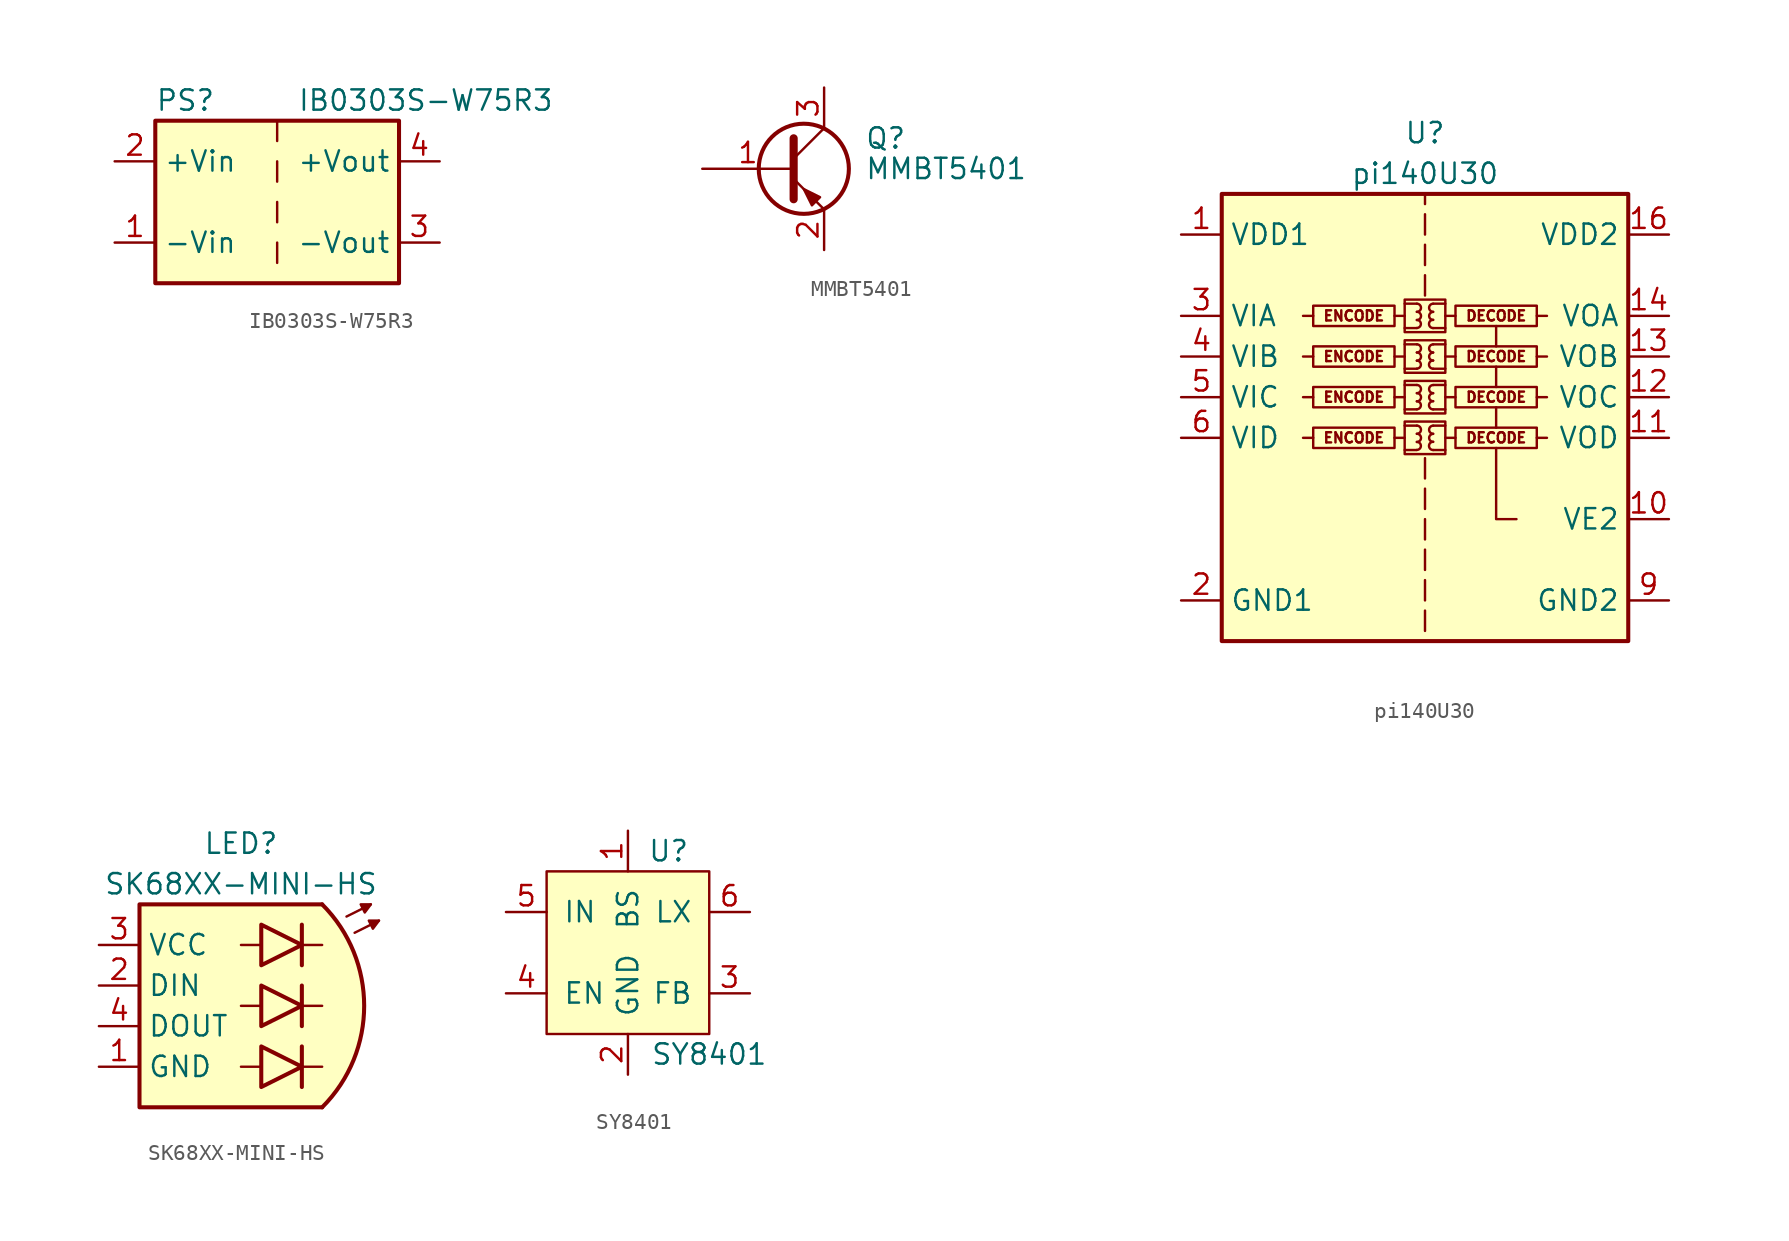
<source format=kicad_sym>
(kicad_symbol_lib
  (version 20241209)
  (generator "kicad_symbol_editor")
  (generator_version "9.0")
  (symbol "IB0303S-W75R3"
    (property "Reference" "PS"
      (at -7.62 6.35 0)
      (effects (font (size 1.27 1.27)) (justify left)))
    (property "Value" "IB0303S-W75R3"
      (at 1.27 6.35 0)
      (effects (font (size 1.27 1.27)) (justify left)))
    (symbol "IB0303S-W75R3_0_0"
      (pin power_in line (at -10.16 2.54 0) (length 2.54) (name "+Vin" (effects (font (size 1.27 1.27)))) (number "2" (effects (font (size 1.27 1.27)))))
      (pin power_in line (at -10.16 -2.54 0) (length 2.54) (name "-Vin" (effects (font (size 1.27 1.27)))) (number "1" (effects (font (size 1.27 1.27)))))
      (pin power_out line (at 10.16 2.54 180) (length 2.54) (name "+Vout" (effects (font (size 1.27 1.27)))) (number "4" (effects (font (size 1.27 1.27)))))
      (pin power_out line (at 10.16 -2.54 180) (length 2.54) (name "-Vout" (effects (font (size 1.27 1.27)))) (number "3" (effects (font (size 1.27 1.27))))))
    (symbol "IB0303S-W75R3_0_1"
      (rectangle (start -7.62 5.08) (end 7.62 -5.08) (stroke (width 0.254) (type default)) (fill (type background)))
      (polyline (pts (xy 0 5.08) (xy 0 3.81)) (stroke (width 0) (type default)) (fill (type none)))
      (polyline (pts (xy 0 2.54) (xy 0 1.27)) (stroke (width 0) (type default)) (fill (type none)))
      (polyline (pts (xy 0 0) (xy 0 -1.27)) (stroke (width 0) (type default)) (fill (type none)))
      (polyline (pts (xy 0 -2.54) (xy 0 -3.81)) (stroke (width 0) (type default)) (fill (type none)))))
  (symbol "MMBT5401"
    (pin_names
      (offset 0)
      (hide yes))
    (property "Reference" "Q"
      (at 5.08 1.905 0)
      (effects (font (size 1.27 1.27)) (justify left)))
    (property "Value" "MMBT5401"
      (at 5.08 0 0)
      (effects (font (size 1.27 1.27)) (justify left)))
    (symbol "MMBT5401_0_1"
      (polyline (pts (xy 0.635 1.905) (xy 0.635 -1.905) (xy 0.635 -1.905)) (stroke (width 0.508) (type solid)) (fill (type none)))
      (polyline (pts (xy 0.635 0.635) (xy 2.54 2.54)) (stroke (width 0) (type solid)) (fill (type none)))
      (polyline (pts (xy 0.635 -0.635) (xy 2.54 -2.54) (xy 2.54 -2.54)) (stroke (width 0) (type solid)) (fill (type none)))
      (circle (center 1.27 0) (radius 2.819) (stroke (width 0.254) (type solid)) (fill (type none)))
      (polyline (pts (xy 2.286 -1.778) (xy 1.778 -2.286) (xy 1.27 -1.27) (xy 2.286 -1.778) (xy 2.286 -1.778)) (stroke (width 0) (type solid)) (fill (type outline))))
    (symbol "MMBT5401_1_1"
      (pin input line (at -5.08 0 0) (length 5.715) (name "B" (effects (font (size 1.27 1.27)))) (number "1" (effects (font (size 1.27 1.27)))))
      (pin passive line (at 2.54 5.08 270) (length 2.54) (name "C" (effects (font (size 1.27 1.27)))) (number "3" (effects (font (size 1.27 1.27)))))
      (pin passive line (at 2.54 -5.08 90) (length 2.54) (name "E" (effects (font (size 1.27 1.27)))) (number "2" (effects (font (size 1.27 1.27)))))))
  (symbol "pi140U30"
    (property "Reference" "U"
      (at 0 19.05 0)
      (effects (font (size 1.27 1.27))))
    (property "Value" "pi140U30"
      (at 0 16.51 0)
      (effects (font (size 1.27 1.27))))
    (symbol "pi140U30_0_0"
      (polyline (pts (xy -6.985 7.62) (xy -7.62 7.62)) (stroke (width 0) (type default)) (fill (type none)))
      (polyline (pts (xy -6.985 5.08) (xy -7.62 5.08)) (stroke (width 0) (type default)) (fill (type none)))
      (polyline (pts (xy -6.985 2.54) (xy -7.62 2.54)) (stroke (width 0) (type default)) (fill (type none)))
      (polyline (pts (xy -6.985 0) (xy -7.62 0)) (stroke (width 0) (type default)) (fill (type none)))
      (polyline (pts (xy -1.905 7.62) (xy -1.27 7.62)) (stroke (width 0) (type default)) (fill (type none)))
      (polyline (pts (xy -1.905 5.08) (xy -1.27 5.08)) (stroke (width 0) (type default)) (fill (type none)))
      (polyline (pts (xy -1.905 2.54) (xy -1.27 2.54)) (stroke (width 0) (type default)) (fill (type none)))
      (rectangle (start -1.905 0.635) (end -6.985 -0.635) (stroke (width 0) (type default)) (fill (type none)))
      (polyline (pts (xy -1.905 0) (xy -1.27 0)) (stroke (width 0) (type default)) (fill (type none)))
      (rectangle (start -1.27 8.636) (end 1.27 6.604) (stroke (width 0) (type default)) (fill (type none)))
      (polyline (pts (xy -1.27 8.382) (xy -0.508 8.382)) (stroke (width 0) (type default)) (fill (type none)))
      (polyline (pts (xy -1.27 6.858) (xy -0.508 6.858)) (stroke (width 0) (type default)) (fill (type none)))
      (rectangle (start -1.27 6.096) (end 1.27 4.064) (stroke (width 0) (type default)) (fill (type none)))
      (polyline (pts (xy -1.27 5.842) (xy -0.508 5.842)) (stroke (width 0) (type default)) (fill (type none)))
      (polyline (pts (xy -1.27 4.318) (xy -0.508 4.318)) (stroke (width 0) (type default)) (fill (type none)))
      (rectangle (start -1.27 3.556) (end 1.27 1.524) (stroke (width 0) (type default)) (fill (type none)))
      (polyline (pts (xy -1.27 3.302) (xy -0.508 3.302)) (stroke (width 0) (type default)) (fill (type none)))
      (polyline (pts (xy -1.27 1.778) (xy -0.508 1.778)) (stroke (width 0) (type default)) (fill (type none)))
      (rectangle (start -1.27 1.016) (end 1.27 -1.016) (stroke (width 0) (type default)) (fill (type none)))
      (polyline (pts (xy -1.27 0.762) (xy -0.508 0.762)) (stroke (width 0) (type default)) (fill (type none)))
      (polyline (pts (xy -1.27 -0.762) (xy -0.508 -0.762)) (stroke (width 0) (type default)) (fill (type none)))
      (arc (start -0.508 8.382) (mid -0.2551 8.128) (end -0.508 7.874) (stroke (width 0) (type default)) (fill (type none)))
      (arc (start -0.508 7.874) (mid -0.2551 7.62) (end -0.508 7.366) (stroke (width 0) (type default)) (fill (type none)))
      (arc (start -0.508 7.366) (mid -0.2551 7.112) (end -0.508 6.858) (stroke (width 0) (type default)) (fill (type none)))
      (arc (start -0.508 5.842) (mid -0.2551 5.588) (end -0.508 5.334) (stroke (width 0) (type default)) (fill (type none)))
      (arc (start -0.508 5.334) (mid -0.2551 5.08) (end -0.508 4.826) (stroke (width 0) (type default)) (fill (type none)))
      (arc (start -0.508 4.826) (mid -0.2551 4.572) (end -0.508 4.318) (stroke (width 0) (type default)) (fill (type none)))
      (arc (start -0.508 3.302) (mid -0.2551 3.048) (end -0.508 2.794) (stroke (width 0) (type default)) (fill (type none)))
      (arc (start -0.508 2.794) (mid -0.2551 2.54) (end -0.508 2.286) (stroke (width 0) (type default)) (fill (type none)))
      (arc (start -0.508 2.286) (mid -0.2551 2.032) (end -0.508 1.778) (stroke (width 0) (type default)) (fill (type none)))
      (arc (start -0.508 0.762) (mid -0.2551 0.508) (end -0.508 0.254) (stroke (width 0) (type default)) (fill (type none)))
      (arc (start -0.508 0.254) (mid -0.2551 0) (end -0.508 -0.254) (stroke (width 0) (type default)) (fill (type none)))
      (arc (start -0.508 -0.254) (mid -0.2551 -0.508) (end -0.508 -0.762) (stroke (width 0) (type default)) (fill (type none)))
      (polyline (pts (xy 0 15.24) (xy 0 14.605)) (stroke (width 0) (type default)) (fill (type none)))
      (polyline (pts (xy 0 12.7) (xy 0 13.97)) (stroke (width 0) (type default)) (fill (type none)))
      (polyline (pts (xy 0 10.795) (xy 0 12.065)) (stroke (width 0) (type default)) (fill (type none)))
      (polyline (pts (xy 0 8.89) (xy 0 10.16)) (stroke (width 0) (type default)) (fill (type none)))
      (polyline (pts (xy 0 -1.27) (xy 0 -2.54)) (stroke (width 0) (type default)) (fill (type none)))
      (polyline (pts (xy 0 -3.175) (xy 0 -4.445)) (stroke (width 0) (type default)) (fill (type none)))
      (polyline (pts (xy 0 -5.08) (xy 0 -6.35)) (stroke (width 0) (type default)) (fill (type none)))
      (polyline (pts (xy 0 -6.985) (xy 0 -8.255)) (stroke (width 0) (type default)) (fill (type none)))
      (polyline (pts (xy 0 -8.89) (xy 0 -10.16)) (stroke (width 0) (type default)) (fill (type none)))
      (polyline (pts (xy 0 -10.795) (xy 0 -12.065)) (stroke (width 0) (type default)) (fill (type none)))
      (arc (start 0.508 7.874) (mid 0.255 8.128) (end 0.508 8.382) (stroke (width 0) (type default)) (fill (type none)))
      (arc (start 0.508 7.366) (mid 0.255 7.62) (end 0.508 7.874) (stroke (width 0) (type default)) (fill (type none)))
      (arc (start 0.508 6.858) (mid 0.255 7.112) (end 0.508 7.366) (stroke (width 0) (type default)) (fill (type none)))
      (arc (start 0.508 5.334) (mid 0.255 5.588) (end 0.508 5.842) (stroke (width 0) (type default)) (fill (type none)))
      (arc (start 0.508 4.826) (mid 0.255 5.08) (end 0.508 5.334) (stroke (width 0) (type default)) (fill (type none)))
      (arc (start 0.508 4.318) (mid 0.255 4.572) (end 0.508 4.826) (stroke (width 0) (type default)) (fill (type none)))
      (arc (start 0.508 2.794) (mid 0.255 3.048) (end 0.508 3.302) (stroke (width 0) (type default)) (fill (type none)))
      (arc (start 0.508 2.286) (mid 0.255 2.54) (end 0.508 2.794) (stroke (width 0) (type default)) (fill (type none)))
      (arc (start 0.508 1.778) (mid 0.255 2.032) (end 0.508 2.286) (stroke (width 0) (type default)) (fill (type none)))
      (arc (start 0.508 0.254) (mid 0.255 0.508) (end 0.508 0.762) (stroke (width 0) (type default)) (fill (type none)))
      (arc (start 0.508 -0.254) (mid 0.255 0) (end 0.508 0.254) (stroke (width 0) (type default)) (fill (type none)))
      (arc (start 0.508 -0.762) (mid 0.255 -0.508) (end 0.508 -0.254) (stroke (width 0) (type default)) (fill (type none)))
      (polyline (pts (xy 1.27 8.382) (xy 0.508 8.382)) (stroke (width 0) (type default)) (fill (type none)))
      (polyline (pts (xy 1.27 6.858) (xy 0.508 6.858)) (stroke (width 0) (type default)) (fill (type none)))
      (polyline (pts (xy 1.27 5.842) (xy 0.508 5.842)) (stroke (width 0) (type default)) (fill (type none)))
      (polyline (pts (xy 1.27 4.318) (xy 0.508 4.318)) (stroke (width 0) (type default)) (fill (type none)))
      (polyline (pts (xy 1.27 3.302) (xy 0.508 3.302)) (stroke (width 0) (type default)) (fill (type none)))
      (polyline (pts (xy 1.27 1.778) (xy 0.508 1.778)) (stroke (width 0) (type default)) (fill (type none)))
      (polyline (pts (xy 1.27 0.762) (xy 0.508 0.762)) (stroke (width 0) (type default)) (fill (type none)))
      (polyline (pts (xy 1.27 -0.762) (xy 0.508 -0.762)) (stroke (width 0) (type default)) (fill (type none)))
      (rectangle (start 1.905 8.255) (end 6.985 6.985) (stroke (width 0) (type default)) (fill (type none)))
      (polyline (pts (xy 1.905 7.62) (xy 1.27 7.62)) (stroke (width 0) (type default)) (fill (type none)))
      (rectangle (start 1.905 5.715) (end 6.985 4.445) (stroke (width 0) (type default)) (fill (type none)))
      (polyline (pts (xy 1.905 5.08) (xy 1.27 5.08)) (stroke (width 0) (type default)) (fill (type none)))
      (rectangle (start 1.905 3.175) (end 6.985 1.905) (stroke (width 0) (type default)) (fill (type none)))
      (polyline (pts (xy 1.905 2.54) (xy 1.27 2.54)) (stroke (width 0) (type default)) (fill (type none)))
      (rectangle (start 1.905 0.635) (end 6.985 -0.635) (stroke (width 0) (type default)) (fill (type none)))
      (polyline (pts (xy 1.905 0) (xy 1.27 0)) (stroke (width 0) (type default)) (fill (type none)))
      (polyline (pts (xy 4.445 5.715) (xy 4.445 6.985)) (stroke (width 0) (type default)) (fill (type none)))
      (polyline (pts (xy 4.445 3.175) (xy 4.445 4.445)) (stroke (width 0) (type default)) (fill (type none)))
      (polyline (pts (xy 4.445 0.635) (xy 4.445 1.905)) (stroke (width 0) (type default)) (fill (type none)))
      (polyline (pts (xy 5.715 -5.08) (xy 4.445 -5.08) (xy 4.445 -0.635)) (stroke (width 0) (type default)) (fill (type none)))
      (polyline (pts (xy 6.985 7.62) (xy 7.62 7.62)) (stroke (width 0) (type default)) (fill (type none)))
      (polyline (pts (xy 6.985 5.08) (xy 7.62 5.08)) (stroke (width 0) (type default)) (fill (type none)))
      (polyline (pts (xy 6.985 2.54) (xy 7.62 2.54)) (stroke (width 0) (type default)) (fill (type none)))
      (polyline (pts (xy 6.985 0) (xy 7.62 0)) (stroke (width 0) (type default)) (fill (type none)))
      (text "ENCODE" (at -4.445 7.62 0) (effects (font (size 0.635 0.635))))
      (text "ENCODE" (at -4.445 5.08 0) (effects (font (size 0.635 0.635))))
      (text "ENCODE" (at -4.445 2.54 0) (effects (font (size 0.635 0.635))))
      (text "ENCODE" (at -4.445 0 0) (effects (font (size 0.635 0.635))))
      (text "DECODE" (at 4.445 7.62 0) (effects (font (size 0.635 0.635))))
      (text "DECODE" (at 4.445 5.08 0) (effects (font (size 0.635 0.635))))
      (text "DECODE" (at 4.445 2.54 0) (effects (font (size 0.635 0.635))))
      (text "DECODE" (at 4.445 0 0) (effects (font (size 0.635 0.635)))))
    (symbol "pi140U30_0_1"
      (rectangle (start -12.7 15.24) (end 12.7 -12.7) (stroke (width 0.254) (type default)) (fill (type background)))
      (rectangle (start -1.905 8.255) (end -6.985 6.985) (stroke (width 0) (type default)) (fill (type none)))
      (rectangle (start -1.905 5.715) (end -6.985 4.445) (stroke (width 0) (type default)) (fill (type none)))
      (rectangle (start -1.905 3.175) (end -6.985 1.905) (stroke (width 0) (type default)) (fill (type none))))
    (symbol "pi140U30_1_1"
      (pin power_in line (at -15.24 12.7 0) (length 2.54) (name "VDD1" (effects (font (size 1.27 1.27)))) (number "1" (effects (font (size 1.27 1.27)))))
      (pin input line (at -15.24 7.62 0) (length 2.54) (name "VIA" (effects (font (size 1.27 1.27)))) (number "3" (effects (font (size 1.27 1.27)))))
      (pin input line (at -15.24 5.08 0) (length 2.54) (name "VIB" (effects (font (size 1.27 1.27)))) (number "4" (effects (font (size 1.27 1.27)))))
      (pin input line (at -15.24 2.54 0) (length 2.54) (name "VIC" (effects (font (size 1.27 1.27)))) (number "5" (effects (font (size 1.27 1.27)))))
      (pin input line (at -15.24 0 0) (length 2.54) (name "VID" (effects (font (size 1.27 1.27)))) (number "6" (effects (font (size 1.27 1.27)))))
      (pin power_in line (at -15.24 -10.16 0) (length 2.54) (name "GND1" (effects (font (size 1.27 1.27)))) (number "2" (effects (font (size 1.27 1.27)))))
      (pin passive line (at -15.24 -10.16 0) (length 2.54) (hide yes) (name "GND1" (effects (font (size 1.27 1.27)))) (number "8" (effects (font (size 1.27 1.27)))))
      (pin no_connect line (at -12.7 -5.08 0) (length 2.54) (hide yes) (name "NC" (effects (font (size 1.27 1.27)))) (number "7" (effects (font (size 1.27 1.27)))))
      (pin power_in line (at 15.24 12.7 180) (length 2.54) (name "VDD2" (effects (font (size 1.27 1.27)))) (number "16" (effects (font (size 1.27 1.27)))))
      (pin output line (at 15.24 7.62 180) (length 2.54) (name "VOA" (effects (font (size 1.27 1.27)))) (number "14" (effects (font (size 1.27 1.27)))))
      (pin output line (at 15.24 5.08 180) (length 2.54) (name "VOB" (effects (font (size 1.27 1.27)))) (number "13" (effects (font (size 1.27 1.27)))))
      (pin output line (at 15.24 2.54 180) (length 2.54) (name "VOC" (effects (font (size 1.27 1.27)))) (number "12" (effects (font (size 1.27 1.27)))))
      (pin output line (at 15.24 0 180) (length 2.54) (name "VOD" (effects (font (size 1.27 1.27)))) (number "11" (effects (font (size 1.27 1.27)))))
      (pin input line (at 15.24 -5.08 180) (length 2.54) (name "VE2" (effects (font (size 1.27 1.27)))) (number "10" (effects (font (size 1.27 1.27)))))
      (pin passive line (at 15.24 -10.16 180) (length 2.54) (hide yes) (name "GND2" (effects (font (size 1.27 1.27)))) (number "15" (effects (font (size 1.27 1.27)))))
      (pin power_in line (at 15.24 -10.16 180) (length 2.54) (name "GND2" (effects (font (size 1.27 1.27)))) (number "9" (effects (font (size 1.27 1.27)))))))
  (symbol "SK68XX-MINI-HS"
    (property "Reference" "LED"
      (at 0 10.16 0)
      (effects (font (size 1.27 1.27))))
    (property "Value" "SK68XX-MINI-HS"
      (at 0 7.62 0)
      (effects (font (size 1.27 1.27))))
    (symbol "SK68XX-MINI-HS_0_1"
      (polyline (pts (xy 0 3.81) (xy 1.27 3.81)) (stroke (width 0) (type default)) (fill (type none)))
      (polyline (pts (xy 0 0) (xy 1.27 0)) (stroke (width 0) (type default)) (fill (type none)))
      (polyline (pts (xy 0 -3.81) (xy 1.27 -3.81)) (stroke (width 0) (type default)) (fill (type none)))
      (polyline (pts (xy 1.27 5.08) (xy 1.27 2.54) (xy 3.81 3.81) (xy 1.27 5.08)) (stroke (width 0.254) (type default)) (fill (type color) (color 70 70 200 1)))
      (polyline (pts (xy 1.27 1.27) (xy 1.27 -1.27) (xy 3.81 0) (xy 1.27 1.27)) (stroke (width 0.254) (type default)) (fill (type color) (color 240 30 30 1)))
      (polyline (pts (xy 1.27 -2.54) (xy 1.27 -5.08) (xy 3.81 -3.81) (xy 1.27 -2.54)) (stroke (width 0.254) (type default)) (fill (type color) (color 30 200 30 1)))
      (polyline (pts (xy 3.81 3.81) (xy 5.08 3.81)) (stroke (width 0) (type default)) (fill (type none)))
      (polyline (pts (xy 3.81 0) (xy 5.08 0)) (stroke (width 0) (type default)) (fill (type none)))
      (polyline (pts (xy 3.81 -3.81) (xy 5.08 -3.81)) (stroke (width 0) (type default)) (fill (type none)))
      (polyline (pts (xy 6.604 5.588) (xy 8.128 6.35)) (stroke (width 0.152) (type default)) (fill (type outline)))
      (polyline (pts (xy 7.112 4.572) (xy 8.636 5.334)) (stroke (width 0.152) (type default)) (fill (type color) (color 0 0 0 0)))
      (polyline (pts (xy 7.493 6.35) (xy 7.747 5.842) (xy 8.128 6.35) (xy 7.493 6.35)) (stroke (width 0.152) (type default)) (fill (type outline)))
      (polyline (pts (xy 8.001 5.334) (xy 8.255 4.826) (xy 8.636 5.334) (xy 8.001 5.334)) (stroke (width 0) (type solid)) (fill (type outline))))
    (symbol "SK68XX-MINI-HS_1_1"
      (arc (start 5.08 6.35) (mid 7.7103 0) (end 5.08 -6.35) (stroke (width 0.254) (type default)) (fill (type background)))
      (polyline (pts (xy 3.81 2.54) (xy 3.81 5.08)) (stroke (width 0.254) (type default)) (fill (type none)))
      (polyline (pts (xy 3.81 -1.27) (xy 3.81 1.27)) (stroke (width 0.254) (type default)) (fill (type none)))
      (polyline (pts (xy 3.81 -5.08) (xy 3.81 -2.54)) (stroke (width 0.254) (type default)) (fill (type none)))
      (polyline (pts (xy 5.08 -6.35) (xy -6.35 -6.35) (xy -6.35 6.35) (xy 5.08 6.35)) (stroke (width 0.254) (type default)) (fill (type background)))
      (pin power_in line (at -8.89 3.81 0) (length 2.54) (name "VCC" (effects (font (size 1.27 1.27)))) (number "3" (effects (font (size 1.27 1.27)))))
      (pin input line (at -8.89 1.27 0) (length 2.54) (name "DIN" (effects (font (size 1.27 1.27)))) (number "2" (effects (font (size 1.27 1.27)))))
      (pin output line (at -8.89 -1.27 0) (length 2.54) (name "DOUT" (effects (font (size 1.27 1.27)))) (number "4" (effects (font (size 1.27 1.27)))))
      (pin power_in line (at -8.89 -3.81 0) (length 2.54) (name "GND" (effects (font (size 1.27 1.27)))) (number "1" (effects (font (size 1.27 1.27)))))))
  (symbol "SY8401"
    (pin_names
      (offset 1.016))
    (property "Reference" "U"
      (at 2.54 7.62 0)
      (effects (font (size 1.27 1.27))))
    (property "Value" "SY8401"
      (at 5.08 -5.08 0)
      (effects (font (size 1.27 1.27))))
    (symbol "SY8401_0_1"
      (rectangle (start -5.08 6.35) (end 5.08 -3.81) (stroke (width 0) (type solid)) (fill (type background))))
    (symbol "SY8401_1_1"
      (pin power_in line (at -7.62 3.81 0) (length 2.54) (name "IN" (effects (font (size 1.27 1.27)))) (number "5" (effects (font (size 1.27 1.27)))))
      (pin input line (at -7.62 -1.27 0) (length 2.54) (name "EN" (effects (font (size 1.27 1.27)))) (number "4" (effects (font (size 1.27 1.27)))))
      (pin input line (at 0 8.89 270) (length 2.54) (name "BS" (effects (font (size 1.27 1.27)))) (number "1" (effects (font (size 1.27 1.27)))))
      (pin power_in line (at 0 -6.35 90) (length 2.54) (name "GND" (effects (font (size 1.27 1.27)))) (number "2" (effects (font (size 1.27 1.27)))))
      (pin power_out line (at 7.62 3.81 180) (length 2.54) (name "LX" (effects (font (size 1.27 1.27)))) (number "6" (effects (font (size 1.27 1.27)))))
      (pin input line (at 7.62 -1.27 180) (length 2.54) (name "FB" (effects (font (size 1.27 1.27)))) (number "3" (effects (font (size 1.27 1.27))))))))
</source>
